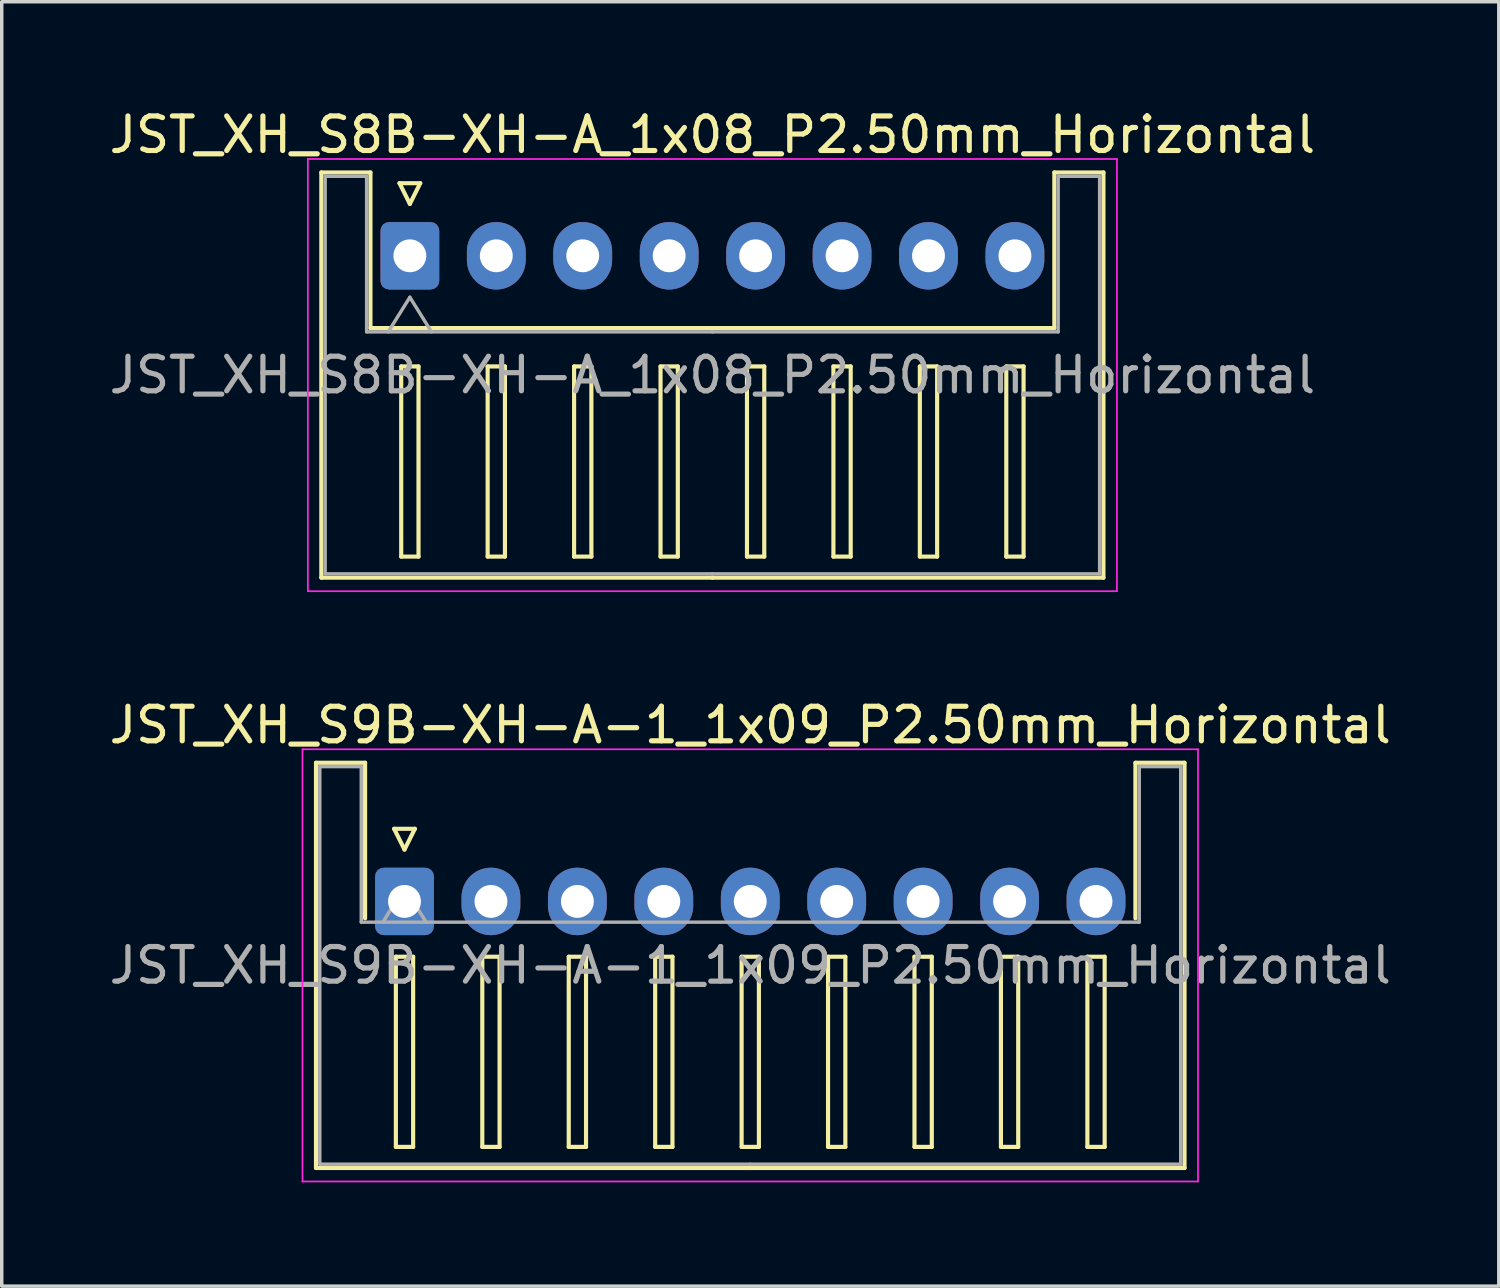
<source format=kicad_pcb>
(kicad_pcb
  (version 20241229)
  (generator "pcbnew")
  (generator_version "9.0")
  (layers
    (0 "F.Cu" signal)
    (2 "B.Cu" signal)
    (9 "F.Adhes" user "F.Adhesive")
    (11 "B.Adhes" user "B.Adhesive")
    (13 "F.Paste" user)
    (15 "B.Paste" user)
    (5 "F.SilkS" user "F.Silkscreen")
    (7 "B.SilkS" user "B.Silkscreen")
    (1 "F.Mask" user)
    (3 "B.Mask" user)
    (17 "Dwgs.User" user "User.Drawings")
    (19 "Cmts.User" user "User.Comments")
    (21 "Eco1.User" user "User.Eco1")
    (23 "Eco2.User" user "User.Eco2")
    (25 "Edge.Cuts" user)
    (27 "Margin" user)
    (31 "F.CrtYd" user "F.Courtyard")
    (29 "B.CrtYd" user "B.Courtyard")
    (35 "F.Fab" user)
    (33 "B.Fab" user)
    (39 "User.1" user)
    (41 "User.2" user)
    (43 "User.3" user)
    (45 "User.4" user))
  (footprint "JST_XH_S9B-XH-A-1_1x09_P2.50mm_Horizontal"
    (layer "F.Cu")
    (at 8.649 23.021)
    (property "Reference" "JST_XH_S9B-XH-A-1_1x09_P2.50mm_Horizontal" (at 10 -5.1 0) (layer "F.SilkS") (effects (font (size 1 1) (thickness 0.15))))
    (attr through_hole)
    (fp_line (start -2.56 -4.01) (end -1.14 -4.01) (stroke (width 0.12) (type solid)) (layer "F.SilkS"))
    (fp_line (start -2.56 7.71) (end -2.56 -4.01) (stroke (width 0.12) (type solid)) (layer "F.SilkS"))
    (fp_line (start -1.14 -4.01) (end -1.14 0.49) (stroke (width 0.12) (type solid)) (layer "F.SilkS"))
    (fp_line (start -0.3 -2.1) (end 0.3 -2.1) (stroke (width 0.12) (type solid)) (layer "F.SilkS"))
    (fp_line (start -0.25 1.6) (end -0.25 7.1) (stroke (width 0.12) (type solid)) (layer "F.SilkS"))
    (fp_line (start -0.25 7.1) (end 0.25 7.1) (stroke (width 0.12) (type solid)) (layer "F.SilkS"))
    (fp_line (start 0 -1.5) (end -0.3 -2.1) (stroke (width 0.12) (type solid)) (layer "F.SilkS"))
    (fp_line (start 0.25 1.6) (end -0.25 1.6) (stroke (width 0.12) (type solid)) (layer "F.SilkS"))
    (fp_line (start 0.25 7.1) (end 0.25 1.6) (stroke (width 0.12) (type solid)) (layer "F.SilkS"))
    (fp_line (start 0.3 -2.1) (end 0 -1.5) (stroke (width 0.12) (type solid)) (layer "F.SilkS"))
    (fp_line (start 2.25 1.6) (end 2.25 7.1) (stroke (width 0.12) (type solid)) (layer "F.SilkS"))
    (fp_line (start 2.25 7.1) (end 2.75 7.1) (stroke (width 0.12) (type solid)) (layer "F.SilkS"))
    (fp_line (start 2.75 1.6) (end 2.25 1.6) (stroke (width 0.12) (type solid)) (layer "F.SilkS"))
    (fp_line (start 2.75 7.1) (end 2.75 1.6) (stroke (width 0.12) (type solid)) (layer "F.SilkS"))
    (fp_line (start 4.75 1.6) (end 4.75 7.1) (stroke (width 0.12) (type solid)) (layer "F.SilkS"))
    (fp_line (start 4.75 7.1) (end 5.25 7.1) (stroke (width 0.12) (type solid)) (layer "F.SilkS"))
    (fp_line (start 5.25 1.6) (end 4.75 1.6) (stroke (width 0.12) (type solid)) (layer "F.SilkS"))
    (fp_line (start 5.25 7.1) (end 5.25 1.6) (stroke (width 0.12) (type solid)) (layer "F.SilkS"))
    (fp_line (start 7.25 1.6) (end 7.25 7.1) (stroke (width 0.12) (type solid)) (layer "F.SilkS"))
    (fp_line (start 7.25 7.1) (end 7.75 7.1) (stroke (width 0.12) (type solid)) (layer "F.SilkS"))
    (fp_line (start 7.75 1.6) (end 7.25 1.6) (stroke (width 0.12) (type solid)) (layer "F.SilkS"))
    (fp_line (start 7.75 7.1) (end 7.75 1.6) (stroke (width 0.12) (type solid)) (layer "F.SilkS"))
    (fp_line (start 9.75 1.6) (end 9.75 7.1) (stroke (width 0.12) (type solid)) (layer "F.SilkS"))
    (fp_line (start 9.75 7.1) (end 10.25 7.1) (stroke (width 0.12) (type solid)) (layer "F.SilkS"))
    (fp_line (start 10 7.71) (end -2.56 7.71) (stroke (width 0.12) (type solid)) (layer "F.SilkS"))
    (fp_line (start 10 7.71) (end 22.56 7.71) (stroke (width 0.12) (type solid)) (layer "F.SilkS"))
    (fp_line (start 10.25 1.6) (end 9.75 1.6) (stroke (width 0.12) (type solid)) (layer "F.SilkS"))
    (fp_line (start 10.25 7.1) (end 10.25 1.6) (stroke (width 0.12) (type solid)) (layer "F.SilkS"))
    (fp_line (start 12.25 1.6) (end 12.25 7.1) (stroke (width 0.12) (type solid)) (layer "F.SilkS"))
    (fp_line (start 12.25 7.1) (end 12.75 7.1) (stroke (width 0.12) (type solid)) (layer "F.SilkS"))
    (fp_line (start 12.75 1.6) (end 12.25 1.6) (stroke (width 0.12) (type solid)) (layer "F.SilkS"))
    (fp_line (start 12.75 7.1) (end 12.75 1.6) (stroke (width 0.12) (type solid)) (layer "F.SilkS"))
    (fp_line (start 14.75 1.6) (end 14.75 7.1) (stroke (width 0.12) (type solid)) (layer "F.SilkS"))
    (fp_line (start 14.75 7.1) (end 15.25 7.1) (stroke (width 0.12) (type solid)) (layer "F.SilkS"))
    (fp_line (start 15.25 1.6) (end 14.75 1.6) (stroke (width 0.12) (type solid)) (layer "F.SilkS"))
    (fp_line (start 15.25 7.1) (end 15.25 1.6) (stroke (width 0.12) (type solid)) (layer "F.SilkS"))
    (fp_line (start 17.25 1.6) (end 17.25 7.1) (stroke (width 0.12) (type solid)) (layer "F.SilkS"))
    (fp_line (start 17.25 7.1) (end 17.75 7.1) (stroke (width 0.12) (type solid)) (layer "F.SilkS"))
    (fp_line (start 17.75 1.6) (end 17.25 1.6) (stroke (width 0.12) (type solid)) (layer "F.SilkS"))
    (fp_line (start 17.75 7.1) (end 17.75 1.6) (stroke (width 0.12) (type solid)) (layer "F.SilkS"))
    (fp_line (start 19.75 1.6) (end 19.75 7.1) (stroke (width 0.12) (type solid)) (layer "F.SilkS"))
    (fp_line (start 19.75 7.1) (end 20.25 7.1) (stroke (width 0.12) (type solid)) (layer "F.SilkS"))
    (fp_line (start 20.25 1.6) (end 19.75 1.6) (stroke (width 0.12) (type solid)) (layer "F.SilkS"))
    (fp_line (start 20.25 7.1) (end 20.25 1.6) (stroke (width 0.12) (type solid)) (layer "F.SilkS"))
    (fp_line (start 21.14 -4.01) (end 21.14 0.49) (stroke (width 0.12) (type solid)) (layer "F.SilkS"))
    (fp_line (start 22.56 -4.01) (end 21.14 -4.01) (stroke (width 0.12) (type solid)) (layer "F.SilkS"))
    (fp_line (start 22.56 7.71) (end 22.56 -4.01) (stroke (width 0.12) (type solid)) (layer "F.SilkS"))
    (fp_line (start -2.95 -4.4) (end -2.95 8.1) (stroke (width 0.05) (type solid)) (layer "F.CrtYd"))
    (fp_line (start -2.95 8.1) (end 22.95 8.1) (stroke (width 0.05) (type solid)) (layer "F.CrtYd"))
    (fp_line (start 22.95 -4.4) (end -2.95 -4.4) (stroke (width 0.05) (type solid)) (layer "F.CrtYd"))
    (fp_line (start 22.95 8.1) (end 22.95 -4.4) (stroke (width 0.05) (type solid)) (layer "F.CrtYd"))
    (fp_line (start -2.45 -3.9) (end -1.25 -3.9) (stroke (width 0.1) (type solid)) (layer "F.Fab"))
    (fp_line (start -2.45 7.6) (end -2.45 -3.9) (stroke (width 0.1) (type solid)) (layer "F.Fab"))
    (fp_line (start -1.25 -3.9) (end -1.25 0.6) (stroke (width 0.1) (type solid)) (layer "F.Fab"))
    (fp_line (start -1.25 0.6) (end 10 0.6) (stroke (width 0.1) (type solid)) (layer "F.Fab"))
    (fp_line (start -0.625 0.6) (end 0 -0.4) (stroke (width 0.1) (type solid)) (layer "F.Fab"))
    (fp_line (start 0 -0.4) (end 0.625 0.6) (stroke (width 0.1) (type solid)) (layer "F.Fab"))
    (fp_line (start 10 7.6) (end -2.45 7.6) (stroke (width 0.1) (type solid)) (layer "F.Fab"))
    (fp_line (start 10 7.6) (end 22.45 7.6) (stroke (width 0.1) (type solid)) (layer "F.Fab"))
    (fp_line (start 21.25 -3.9) (end 21.25 0.6) (stroke (width 0.1) (type solid)) (layer "F.Fab"))
    (fp_line (start 21.25 0.6) (end 10 0.6) (stroke (width 0.1) (type solid)) (layer "F.Fab"))
    (fp_line (start 22.45 -3.9) (end 21.25 -3.9) (stroke (width 0.1) (type solid)) (layer "F.Fab"))
    (fp_line (start 22.45 7.6) (end 22.45 -3.9) (stroke (width 0.1) (type solid)) (layer "F.Fab"))
    (fp_text user "${REFERENCE}" (at 10 1.85 0) (layer "F.Fab") (effects (font (size 1 1) (thickness 0.15))))
    (pad "1" thru_hole roundrect (at 0 0) (size 1.7 1.95) (drill 0.95) (layers "*.Cu" "*.Mask") (roundrect_rratio 0.147))
    (pad "2" thru_hole oval (at 2.5 0) (size 1.7 1.95) (drill 0.95) (layers "*.Cu" "*.Mask"))
    (pad "3" thru_hole oval (at 5 0) (size 1.7 1.95) (drill 0.95) (layers "*.Cu" "*.Mask"))
    (pad "4" thru_hole oval (at 7.5 0) (size 1.7 1.95) (drill 0.95) (layers "*.Cu" "*.Mask"))
    (pad "5" thru_hole oval (at 10 0) (size 1.7 1.95) (drill 0.95) (layers "*.Cu" "*.Mask"))
    (pad "6" thru_hole oval (at 12.5 0) (size 1.7 1.95) (drill 0.95) (layers "*.Cu" "*.Mask"))
    (pad "7" thru_hole oval (at 15 0) (size 1.7 1.95) (drill 0.95) (layers "*.Cu" "*.Mask"))
    (pad "8" thru_hole oval (at 17.5 0) (size 1.7 1.95) (drill 0.95) (layers "*.Cu" "*.Mask"))
    (pad "9" thru_hole oval (at 20 0) (size 1.7 1.95) (drill 0.95) (layers "*.Cu" "*.Mask")))
  (footprint "JST_XH_S8B-XH-A_1x08_P2.50mm_Horizontal"
    (layer "F.Cu")
    (at 8.804 4.348)
    (property "Reference" "JST_XH_S8B-XH-A_1x08_P2.50mm_Horizontal" (at 8.75 -3.5 0) (layer "F.SilkS") (effects (font (size 1 1) (thickness 0.15))))
    (attr through_hole)
    (fp_line (start -2.56 -2.41) (end -1.14 -2.41) (stroke (width 0.12) (type solid)) (layer "F.SilkS"))
    (fp_line (start -2.56 9.31) (end -2.56 -2.41) (stroke (width 0.12) (type solid)) (layer "F.SilkS"))
    (fp_line (start -1.14 -2.41) (end -1.14 2.09) (stroke (width 0.12) (type solid)) (layer "F.SilkS"))
    (fp_line (start -1.14 2.09) (end 8.75 2.09) (stroke (width 0.12) (type solid)) (layer "F.SilkS"))
    (fp_line (start -0.3 -2.1) (end 0.3 -2.1) (stroke (width 0.12) (type solid)) (layer "F.SilkS"))
    (fp_line (start -0.25 3.2) (end -0.25 8.7) (stroke (width 0.12) (type solid)) (layer "F.SilkS"))
    (fp_line (start -0.25 8.7) (end 0.25 8.7) (stroke (width 0.12) (type solid)) (layer "F.SilkS"))
    (fp_line (start 0 -1.5) (end -0.3 -2.1) (stroke (width 0.12) (type solid)) (layer "F.SilkS"))
    (fp_line (start 0.25 3.2) (end -0.25 3.2) (stroke (width 0.12) (type solid)) (layer "F.SilkS"))
    (fp_line (start 0.25 8.7) (end 0.25 3.2) (stroke (width 0.12) (type solid)) (layer "F.SilkS"))
    (fp_line (start 0.3 -2.1) (end 0 -1.5) (stroke (width 0.12) (type solid)) (layer "F.SilkS"))
    (fp_line (start 2.25 3.2) (end 2.25 8.7) (stroke (width 0.12) (type solid)) (layer "F.SilkS"))
    (fp_line (start 2.25 8.7) (end 2.75 8.7) (stroke (width 0.12) (type solid)) (layer "F.SilkS"))
    (fp_line (start 2.75 3.2) (end 2.25 3.2) (stroke (width 0.12) (type solid)) (layer "F.SilkS"))
    (fp_line (start 2.75 8.7) (end 2.75 3.2) (stroke (width 0.12) (type solid)) (layer "F.SilkS"))
    (fp_line (start 4.75 3.2) (end 4.75 8.7) (stroke (width 0.12) (type solid)) (layer "F.SilkS"))
    (fp_line (start 4.75 8.7) (end 5.25 8.7) (stroke (width 0.12) (type solid)) (layer "F.SilkS"))
    (fp_line (start 5.25 3.2) (end 4.75 3.2) (stroke (width 0.12) (type solid)) (layer "F.SilkS"))
    (fp_line (start 5.25 8.7) (end 5.25 3.2) (stroke (width 0.12) (type solid)) (layer "F.SilkS"))
    (fp_line (start 7.25 3.2) (end 7.25 8.7) (stroke (width 0.12) (type solid)) (layer "F.SilkS"))
    (fp_line (start 7.25 8.7) (end 7.75 8.7) (stroke (width 0.12) (type solid)) (layer "F.SilkS"))
    (fp_line (start 7.75 3.2) (end 7.25 3.2) (stroke (width 0.12) (type solid)) (layer "F.SilkS"))
    (fp_line (start 7.75 8.7) (end 7.75 3.2) (stroke (width 0.12) (type solid)) (layer "F.SilkS"))
    (fp_line (start 8.75 9.31) (end -2.56 9.31) (stroke (width 0.12) (type solid)) (layer "F.SilkS"))
    (fp_line (start 8.75 9.31) (end 20.06 9.31) (stroke (width 0.12) (type solid)) (layer "F.SilkS"))
    (fp_line (start 9.75 3.2) (end 9.75 8.7) (stroke (width 0.12) (type solid)) (layer "F.SilkS"))
    (fp_line (start 9.75 8.7) (end 10.25 8.7) (stroke (width 0.12) (type solid)) (layer "F.SilkS"))
    (fp_line (start 10.25 3.2) (end 9.75 3.2) (stroke (width 0.12) (type solid)) (layer "F.SilkS"))
    (fp_line (start 10.25 8.7) (end 10.25 3.2) (stroke (width 0.12) (type solid)) (layer "F.SilkS"))
    (fp_line (start 12.25 3.2) (end 12.25 8.7) (stroke (width 0.12) (type solid)) (layer "F.SilkS"))
    (fp_line (start 12.25 8.7) (end 12.75 8.7) (stroke (width 0.12) (type solid)) (layer "F.SilkS"))
    (fp_line (start 12.75 3.2) (end 12.25 3.2) (stroke (width 0.12) (type solid)) (layer "F.SilkS"))
    (fp_line (start 12.75 8.7) (end 12.75 3.2) (stroke (width 0.12) (type solid)) (layer "F.SilkS"))
    (fp_line (start 14.75 3.2) (end 14.75 8.7) (stroke (width 0.12) (type solid)) (layer "F.SilkS"))
    (fp_line (start 14.75 8.7) (end 15.25 8.7) (stroke (width 0.12) (type solid)) (layer "F.SilkS"))
    (fp_line (start 15.25 3.2) (end 14.75 3.2) (stroke (width 0.12) (type solid)) (layer "F.SilkS"))
    (fp_line (start 15.25 8.7) (end 15.25 3.2) (stroke (width 0.12) (type solid)) (layer "F.SilkS"))
    (fp_line (start 17.25 3.2) (end 17.25 8.7) (stroke (width 0.12) (type solid)) (layer "F.SilkS"))
    (fp_line (start 17.25 8.7) (end 17.75 8.7) (stroke (width 0.12) (type solid)) (layer "F.SilkS"))
    (fp_line (start 17.75 3.2) (end 17.25 3.2) (stroke (width 0.12) (type solid)) (layer "F.SilkS"))
    (fp_line (start 17.75 8.7) (end 17.75 3.2) (stroke (width 0.12) (type solid)) (layer "F.SilkS"))
    (fp_line (start 18.64 -2.41) (end 18.64 2.09) (stroke (width 0.12) (type solid)) (layer "F.SilkS"))
    (fp_line (start 18.64 2.09) (end 8.75 2.09) (stroke (width 0.12) (type solid)) (layer "F.SilkS"))
    (fp_line (start 20.06 -2.41) (end 18.64 -2.41) (stroke (width 0.12) (type solid)) (layer "F.SilkS"))
    (fp_line (start 20.06 9.31) (end 20.06 -2.41) (stroke (width 0.12) (type solid)) (layer "F.SilkS"))
    (fp_line (start -2.95 -2.8) (end -2.95 9.7) (stroke (width 0.05) (type solid)) (layer "F.CrtYd"))
    (fp_line (start -2.95 9.7) (end 20.45 9.7) (stroke (width 0.05) (type solid)) (layer "F.CrtYd"))
    (fp_line (start 20.45 -2.8) (end -2.95 -2.8) (stroke (width 0.05) (type solid)) (layer "F.CrtYd"))
    (fp_line (start 20.45 9.7) (end 20.45 -2.8) (stroke (width 0.05) (type solid)) (layer "F.CrtYd"))
    (fp_line (start -2.45 -2.3) (end -1.25 -2.3) (stroke (width 0.1) (type solid)) (layer "F.Fab"))
    (fp_line (start -2.45 9.2) (end -2.45 -2.3) (stroke (width 0.1) (type solid)) (layer "F.Fab"))
    (fp_line (start -1.25 -2.3) (end -1.25 2.2) (stroke (width 0.1) (type solid)) (layer "F.Fab"))
    (fp_line (start -1.25 2.2) (end 8.75 2.2) (stroke (width 0.1) (type solid)) (layer "F.Fab"))
    (fp_line (start -0.625 2.2) (end 0 1.2) (stroke (width 0.1) (type solid)) (layer "F.Fab"))
    (fp_line (start 0 1.2) (end 0.625 2.2) (stroke (width 0.1) (type solid)) (layer "F.Fab"))
    (fp_line (start 8.75 9.2) (end -2.45 9.2) (stroke (width 0.1) (type solid)) (layer "F.Fab"))
    (fp_line (start 8.75 9.2) (end 19.95 9.2) (stroke (width 0.1) (type solid)) (layer "F.Fab"))
    (fp_line (start 18.75 -2.3) (end 18.75 2.2) (stroke (width 0.1) (type solid)) (layer "F.Fab"))
    (fp_line (start 18.75 2.2) (end 8.75 2.2) (stroke (width 0.1) (type solid)) (layer "F.Fab"))
    (fp_line (start 19.95 -2.3) (end 18.75 -2.3) (stroke (width 0.1) (type solid)) (layer "F.Fab"))
    (fp_line (start 19.95 9.2) (end 19.95 -2.3) (stroke (width 0.1) (type solid)) (layer "F.Fab"))
    (fp_text user "${REFERENCE}" (at 8.75 3.45 0) (layer "F.Fab") (effects (font (size 1 1) (thickness 0.15))))
    (pad "1" thru_hole roundrect (at 0 0) (size 1.7 1.95) (drill 0.95) (layers "*.Cu" "*.Mask") (roundrect_rratio 0.147))
    (pad "2" thru_hole oval (at 2.5 0) (size 1.7 1.95) (drill 0.95) (layers "*.Cu" "*.Mask"))
    (pad "3" thru_hole oval (at 5 0) (size 1.7 1.95) (drill 0.95) (layers "*.Cu" "*.Mask"))
    (pad "4" thru_hole oval (at 7.5 0) (size 1.7 1.95) (drill 0.95) (layers "*.Cu" "*.Mask"))
    (pad "5" thru_hole oval (at 10 0) (size 1.7 1.95) (drill 0.95) (layers "*.Cu" "*.Mask"))
    (pad "6" thru_hole oval (at 12.5 0) (size 1.7 1.95) (drill 0.95) (layers "*.Cu" "*.Mask"))
    (pad "7" thru_hole oval (at 15 0) (size 1.7 1.95) (drill 0.95) (layers "*.Cu" "*.Mask"))
    (pad "8" thru_hole oval (at 17.5 0) (size 1.7 1.95) (drill 0.95) (layers "*.Cu" "*.Mask")))
  (gr_rect
    (start -3 -3)
    (end 40.298 34.147)
    (stroke (width 0.1) (type default))
    (fill no)
    (layer "Edge.Cuts")))
</source>
